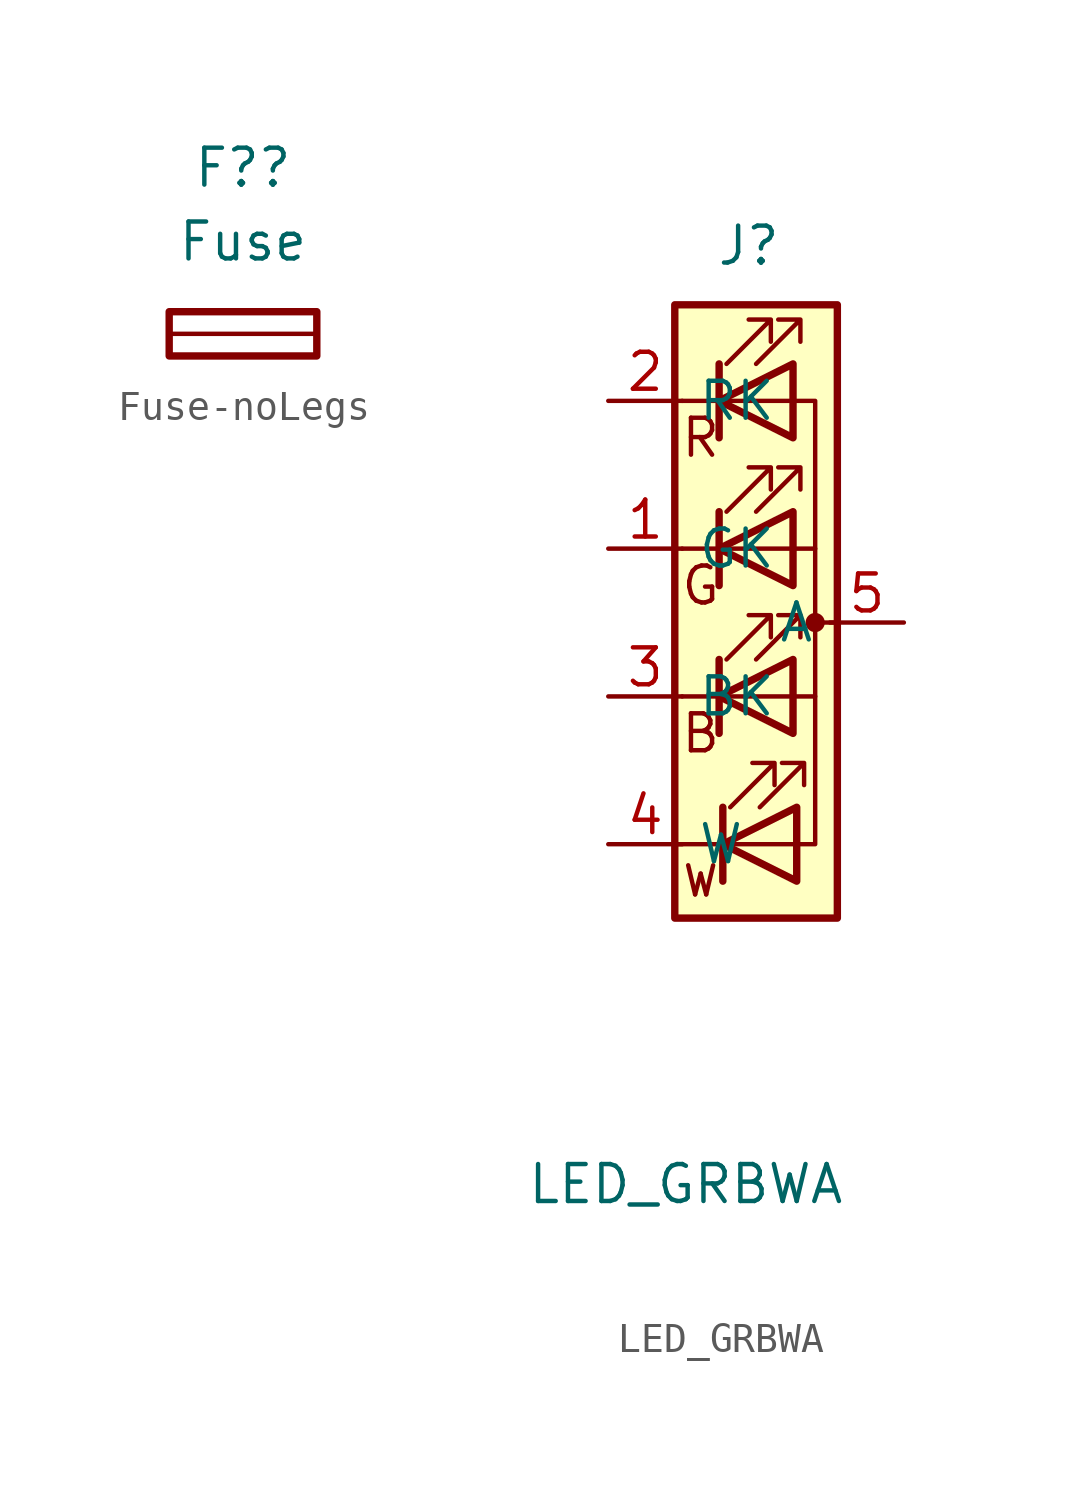
<source format=kicad_sym>
(kicad_symbol_lib
  (version 20220914)
  (generator kicad_symbol_editor)
  (symbol "Fuse-noLegs"
    (pin_numbers hide)
    (pin_names
      (offset 0))
    (property "Reference" "F?"
      (at 1.905 3.81 0)
      (effects (font (size 1.27 1.27))))
    (property "Value" "Fuse"
      (at 1.905 1.27 0)
      (effects (font (size 1.27 1.27))))
    (symbol "Fuse-noLegs_0_1"
      (polyline (pts (xy -0.635 -1.905) (xy 4.445 -1.905)) (stroke (width 0) (type default)) (fill (type none)))
      (rectangle (start 4.445 -2.667) (end -0.635 -1.143) (stroke (width 0.254) (type default)) (fill (type none)))))
  (symbol "LED_GRBWA"
    (property "Reference" "J"
      (at 2.286 23.114 0)
      (effects (font (size 1.27 1.27))))
    (property "Value" "LED_GRBWA"
      (at 0.127 -9.144 0)
      (effects (font (size 1.27 1.27))))
    (symbol "LED_GRBWA_0_0"
      (text "B" (at 0.635 6.35 0) (effects (font (size 1.27 1.27))))
      (text "G" (at 0.635 11.43 0) (effects (font (size 1.27 1.27))))
      (text "R" (at 0.635 16.51 0) (effects (font (size 1.27 1.27)))))
    (symbol "LED_GRBWA_0_1"
      (rectangle (start -0.254 21.082) (end 5.334 0) (stroke (width 0.254) (type default)) (fill (type background)))
      (polyline (pts (xy 1.27 7.62) (xy 0 7.62)) (stroke (width 0) (type default)) (fill (type none)))
      (polyline (pts (xy 1.27 7.62) (xy 3.81 7.62)) (stroke (width 0) (type default)) (fill (type none)))
      (polyline (pts (xy 1.27 8.89) (xy 1.27 6.35)) (stroke (width 0.254) (type default)) (fill (type none)))
      (polyline (pts (xy 1.27 12.7) (xy 0 12.7)) (stroke (width 0) (type default)) (fill (type none)))
      (polyline (pts (xy 1.27 13.97) (xy 1.27 11.43)) (stroke (width 0.254) (type default)) (fill (type none)))
      (polyline (pts (xy 1.27 17.78) (xy 0 17.78)) (stroke (width 0) (type default)) (fill (type none)))
      (polyline (pts (xy 1.27 17.78) (xy 3.81 17.78)) (stroke (width 0) (type default)) (fill (type none)))
      (polyline (pts (xy 1.27 19.05) (xy 1.27 16.51)) (stroke (width 0.254) (type default)) (fill (type none)))
      (polyline (pts (xy 1.397 2.54) (xy -0.127 2.54)) (stroke (width 0) (type default)) (fill (type none)))
      (polyline (pts (xy 1.397 2.54) (xy 3.937 2.54)) (stroke (width 0) (type default)) (fill (type none)))
      (polyline (pts (xy 1.397 3.81) (xy 1.397 1.27)) (stroke (width 0.254) (type default)) (fill (type none)))
      (polyline (pts (xy 3.81 12.7) (xy 1.27 12.7)) (stroke (width 0) (type default)) (fill (type none)))
      (polyline (pts (xy 3.81 12.7) (xy 4.572 12.7)) (stroke (width 0) (type default)) (fill (type none)))
      (polyline (pts (xy 4.572 10.16) (xy 5.334 10.16)) (stroke (width 0) (type default)) (fill (type none)))
      (polyline (pts (xy 1.27 13.97) (xy 1.27 11.43) (xy 1.27 11.43)) (stroke (width 0) (type default)) (fill (type none)))
      (polyline (pts (xy 1.27 19.05) (xy 1.27 16.51) (xy 1.27 16.51)) (stroke (width 0) (type default)) (fill (type none)))
      (polyline (pts (xy 3.81 7.62) (xy 4.572 7.62) (xy 4.572 17.78) (xy 3.81 17.78)) (stroke (width 0) (type default)) (fill (type none)))
      (polyline (pts (xy 3.81 8.89) (xy 3.81 6.35) (xy 1.27 7.62) (xy 3.81 8.89)) (stroke (width 0.254) (type default)) (fill (type none)))
      (polyline (pts (xy 3.81 13.97) (xy 3.81 11.43) (xy 1.27 12.7) (xy 3.81 13.97)) (stroke (width 0.254) (type default)) (fill (type none)))
      (polyline (pts (xy 3.81 19.05) (xy 3.81 16.51) (xy 1.27 17.78) (xy 3.81 19.05)) (stroke (width 0.254) (type default)) (fill (type none)))
      (polyline (pts (xy 3.937 3.81) (xy 3.937 1.27) (xy 1.397 2.54) (xy 3.937 3.81)) (stroke (width 0.254) (type default)) (fill (type none)))
      (polyline (pts (xy 1.524 8.89) (xy 3.048 10.414) (xy 2.286 10.414) (xy 3.048 10.414) (xy 3.048 9.652)) (stroke (width 0) (type default)) (fill (type none)))
      (polyline (pts (xy 1.524 13.97) (xy 3.048 15.494) (xy 2.286 15.494) (xy 3.048 15.494) (xy 3.048 14.732)) (stroke (width 0) (type default)) (fill (type none)))
      (polyline (pts (xy 1.524 19.05) (xy 3.048 20.574) (xy 2.286 20.574) (xy 3.048 20.574) (xy 3.048 19.812)) (stroke (width 0) (type default)) (fill (type none)))
      (polyline (pts (xy 1.651 3.81) (xy 3.175 5.334) (xy 2.413 5.334) (xy 3.175 5.334) (xy 3.175 4.572)) (stroke (width 0) (type default)) (fill (type none)))
      (polyline (pts (xy 2.54 8.89) (xy 4.064 10.414) (xy 3.302 10.414) (xy 4.064 10.414) (xy 4.064 9.652)) (stroke (width 0) (type default)) (fill (type none)))
      (polyline (pts (xy 2.54 13.97) (xy 4.064 15.494) (xy 3.302 15.494) (xy 4.064 15.494) (xy 4.064 14.732)) (stroke (width 0) (type default)) (fill (type none)))
      (polyline (pts (xy 2.54 19.05) (xy 4.064 20.574) (xy 3.302 20.574) (xy 4.064 20.574) (xy 4.064 19.812)) (stroke (width 0) (type default)) (fill (type none)))
      (polyline (pts (xy 2.667 3.81) (xy 4.191 5.334) (xy 3.429 5.334) (xy 4.191 5.334) (xy 4.191 4.572)) (stroke (width 0) (type default)) (fill (type none)))
      (rectangle (start 3.81 11.43) (end 3.81 13.97) (stroke (width 0) (type default)) (fill (type none)))
      (rectangle (start 3.81 13.97) (end 3.81 13.97) (stroke (width 0) (type default)) (fill (type none)))
      (rectangle (start 3.81 16.51) (end 3.81 19.05) (stroke (width 0) (type default)) (fill (type none)))
      (rectangle (start 3.81 19.05) (end 3.81 19.05) (stroke (width 0) (type default)) (fill (type none)))
      (circle (center 4.572 10.16) (radius 0.254) (stroke (width 0) (type default)) (fill (type outline))))
    (symbol "LED_GRBWA_1_0"
      (polyline (pts (xy 4.572 7.62) (xy 4.572 2.54) (xy 3.937 2.54)) (stroke (width 0) (type default)) (fill (type none)))
      (text "W" (at 0.635 1.27 0) (effects (font (size 1 1)))))
    (symbol "LED_GRBWA_1_1"
      (pin passive line (at -2.54 12.7 0) (length 2.54) (name "GK" (effects (font (size 1.27 1.27)))) (number "1" (effects (font (size 1.27 1.27)))))
      (pin passive line (at -2.54 17.78 0) (length 2.54) (name "RK" (effects (font (size 1.27 1.27)))) (number "2" (effects (font (size 1.27 1.27)))))
      (pin passive line (at -2.54 7.62 0) (length 2.54) (name "BK" (effects (font (size 1.27 1.27)))) (number "3" (effects (font (size 1.27 1.27)))))
      (pin passive line (at -2.54 2.54 0) (length 2.54) (name "W" (effects (font (size 1.27 1.27)))) (number "4" (effects (font (size 1.27 1.27)))))
      (pin passive line (at 7.62 10.16 180) (length 2.54) (name "A" (effects (font (size 1.27 1.27)))) (number "5" (effects (font (size 1.27 1.27))))))))
</source>
